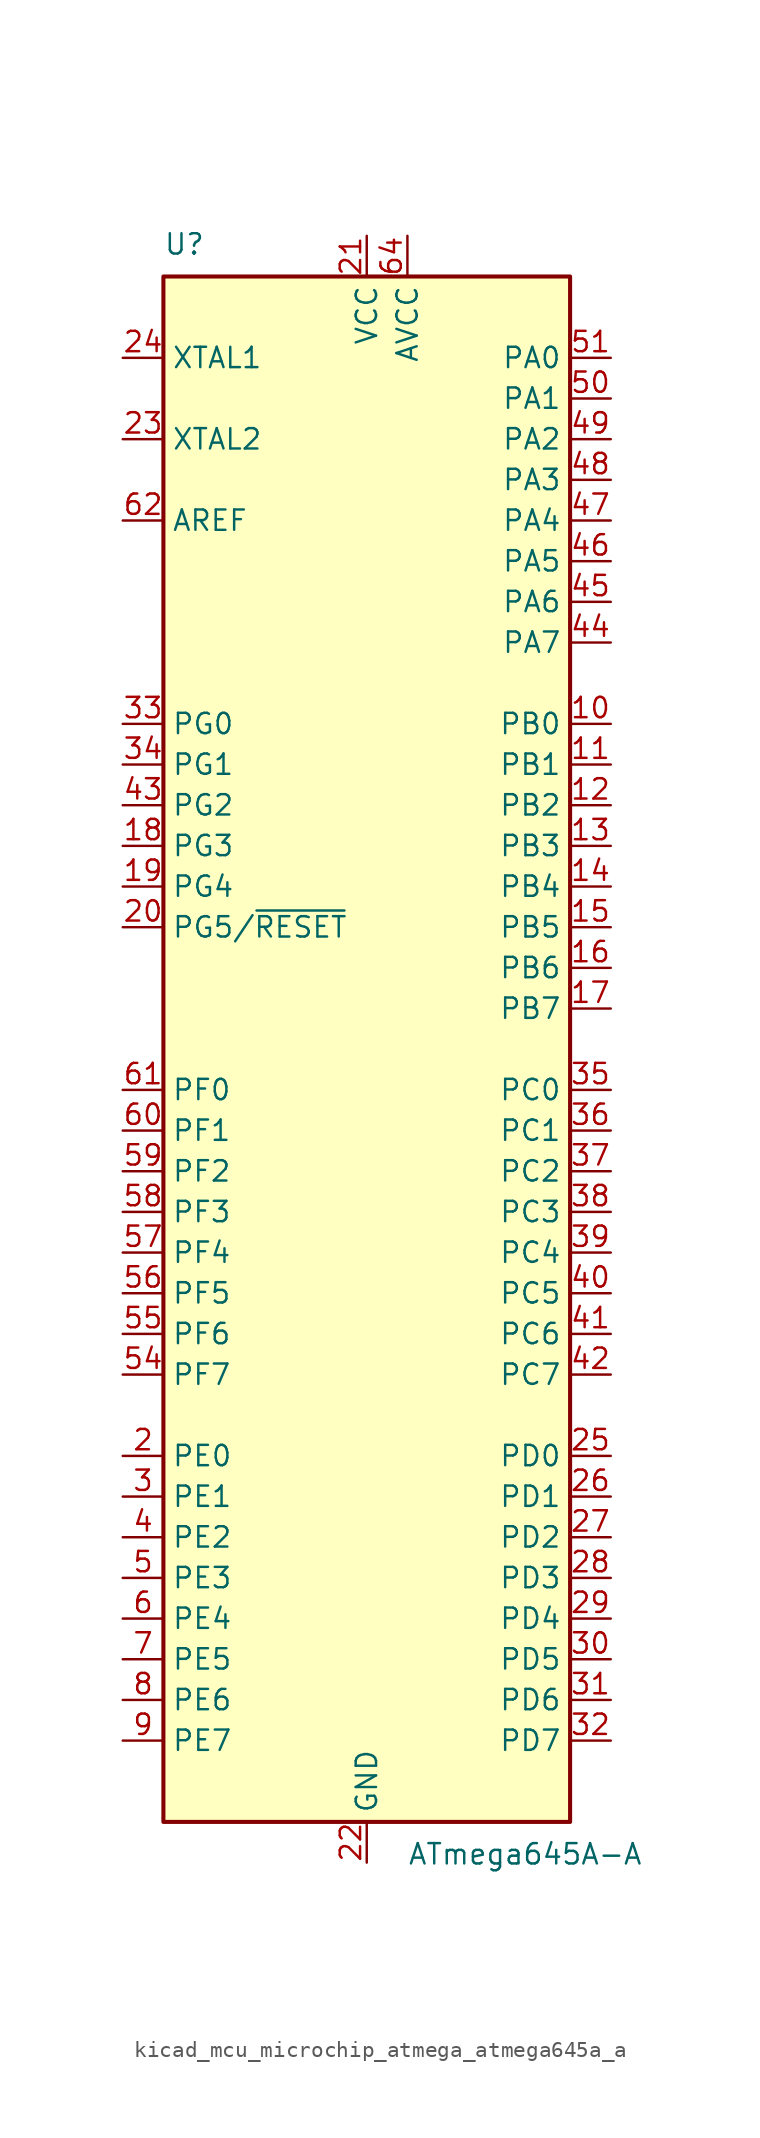
<source format=kicad_sym>
(kicad_symbol_lib
  (version 20220914)
  (generator kicad_symbol_editor)
  (symbol "kicad_mcu_microchip_atmega_atmega645a_a"
    (property "Reference" "U"
      (at -12.7 49.53 0)
      (effects (font (size 1.27 1.27)) (justify left bottom)))
    (property "Value" "ATmega645A-A"
      (at 2.54 -49.53 0)
      (effects (font (size 1.27 1.27)) (justify left top)))
    (symbol "kicad_mcu_microchip_atmega_atmega645a_a_0_1"
      (rectangle (start -12.7 -48.26) (end 12.7 48.26) (stroke (width 0.254) (type default)) (fill (type background))))
    (symbol "kicad_mcu_microchip_atmega_atmega645a_a_1_1"
      (pin no_connect line (at -12.7 -45.72 0) (length 2.54) hide (name "NC" (effects (font (size 1.27 1.27)))) (number "1" (effects (font (size 1.27 1.27)))))
      (pin bidirectional line (at 15.24 20.32 180) (length 2.54) (name "PB0" (effects (font (size 1.27 1.27)))) (number "10" (effects (font (size 1.27 1.27)))))
      (pin bidirectional line (at 15.24 17.78 180) (length 2.54) (name "PB1" (effects (font (size 1.27 1.27)))) (number "11" (effects (font (size 1.27 1.27)))))
      (pin bidirectional line (at 15.24 15.24 180) (length 2.54) (name "PB2" (effects (font (size 1.27 1.27)))) (number "12" (effects (font (size 1.27 1.27)))))
      (pin bidirectional line (at 15.24 12.7 180) (length 2.54) (name "PB3" (effects (font (size 1.27 1.27)))) (number "13" (effects (font (size 1.27 1.27)))))
      (pin bidirectional line (at 15.24 10.16 180) (length 2.54) (name "PB4" (effects (font (size 1.27 1.27)))) (number "14" (effects (font (size 1.27 1.27)))))
      (pin bidirectional line (at 15.24 7.62 180) (length 2.54) (name "PB5" (effects (font (size 1.27 1.27)))) (number "15" (effects (font (size 1.27 1.27)))))
      (pin bidirectional line (at 15.24 5.08 180) (length 2.54) (name "PB6" (effects (font (size 1.27 1.27)))) (number "16" (effects (font (size 1.27 1.27)))))
      (pin bidirectional line (at 15.24 2.54 180) (length 2.54) (name "PB7" (effects (font (size 1.27 1.27)))) (number "17" (effects (font (size 1.27 1.27)))))
      (pin bidirectional line (at -15.24 12.7 0) (length 2.54) (name "PG3" (effects (font (size 1.27 1.27)))) (number "18" (effects (font (size 1.27 1.27)))))
      (pin bidirectional line (at -15.24 10.16 0) (length 2.54) (name "PG4" (effects (font (size 1.27 1.27)))) (number "19" (effects (font (size 1.27 1.27)))))
      (pin bidirectional line (at -15.24 -25.4 0) (length 2.54) (name "PE0" (effects (font (size 1.27 1.27)))) (number "2" (effects (font (size 1.27 1.27)))))
      (pin bidirectional line (at -15.24 7.62 0) (length 2.54) (name "PG5/~{RESET}" (effects (font (size 1.27 1.27)))) (number "20" (effects (font (size 1.27 1.27)))))
      (pin power_in line (at 0 50.8 270) (length 2.54) (name "VCC" (effects (font (size 1.27 1.27)))) (number "21" (effects (font (size 1.27 1.27)))))
      (pin power_in line (at 0 -50.8 90) (length 2.54) (name "GND" (effects (font (size 1.27 1.27)))) (number "22" (effects (font (size 1.27 1.27)))))
      (pin output line (at -15.24 38.1 0) (length 2.54) (name "XTAL2" (effects (font (size 1.27 1.27)))) (number "23" (effects (font (size 1.27 1.27)))))
      (pin input line (at -15.24 43.18 0) (length 2.54) (name "XTAL1" (effects (font (size 1.27 1.27)))) (number "24" (effects (font (size 1.27 1.27)))))
      (pin bidirectional line (at 15.24 -25.4 180) (length 2.54) (name "PD0" (effects (font (size 1.27 1.27)))) (number "25" (effects (font (size 1.27 1.27)))))
      (pin bidirectional line (at 15.24 -27.94 180) (length 2.54) (name "PD1" (effects (font (size 1.27 1.27)))) (number "26" (effects (font (size 1.27 1.27)))))
      (pin bidirectional line (at 15.24 -30.48 180) (length 2.54) (name "PD2" (effects (font (size 1.27 1.27)))) (number "27" (effects (font (size 1.27 1.27)))))
      (pin bidirectional line (at 15.24 -33.02 180) (length 2.54) (name "PD3" (effects (font (size 1.27 1.27)))) (number "28" (effects (font (size 1.27 1.27)))))
      (pin bidirectional line (at 15.24 -35.56 180) (length 2.54) (name "PD4" (effects (font (size 1.27 1.27)))) (number "29" (effects (font (size 1.27 1.27)))))
      (pin bidirectional line (at -15.24 -27.94 0) (length 2.54) (name "PE1" (effects (font (size 1.27 1.27)))) (number "3" (effects (font (size 1.27 1.27)))))
      (pin bidirectional line (at 15.24 -38.1 180) (length 2.54) (name "PD5" (effects (font (size 1.27 1.27)))) (number "30" (effects (font (size 1.27 1.27)))))
      (pin bidirectional line (at 15.24 -40.64 180) (length 2.54) (name "PD6" (effects (font (size 1.27 1.27)))) (number "31" (effects (font (size 1.27 1.27)))))
      (pin bidirectional line (at 15.24 -43.18 180) (length 2.54) (name "PD7" (effects (font (size 1.27 1.27)))) (number "32" (effects (font (size 1.27 1.27)))))
      (pin bidirectional line (at -15.24 20.32 0) (length 2.54) (name "PG0" (effects (font (size 1.27 1.27)))) (number "33" (effects (font (size 1.27 1.27)))))
      (pin bidirectional line (at -15.24 17.78 0) (length 2.54) (name "PG1" (effects (font (size 1.27 1.27)))) (number "34" (effects (font (size 1.27 1.27)))))
      (pin bidirectional line (at 15.24 -2.54 180) (length 2.54) (name "PC0" (effects (font (size 1.27 1.27)))) (number "35" (effects (font (size 1.27 1.27)))))
      (pin bidirectional line (at 15.24 -5.08 180) (length 2.54) (name "PC1" (effects (font (size 1.27 1.27)))) (number "36" (effects (font (size 1.27 1.27)))))
      (pin bidirectional line (at 15.24 -7.62 180) (length 2.54) (name "PC2" (effects (font (size 1.27 1.27)))) (number "37" (effects (font (size 1.27 1.27)))))
      (pin bidirectional line (at 15.24 -10.16 180) (length 2.54) (name "PC3" (effects (font (size 1.27 1.27)))) (number "38" (effects (font (size 1.27 1.27)))))
      (pin bidirectional line (at 15.24 -12.7 180) (length 2.54) (name "PC4" (effects (font (size 1.27 1.27)))) (number "39" (effects (font (size 1.27 1.27)))))
      (pin bidirectional line (at -15.24 -30.48 0) (length 2.54) (name "PE2" (effects (font (size 1.27 1.27)))) (number "4" (effects (font (size 1.27 1.27)))))
      (pin bidirectional line (at 15.24 -15.24 180) (length 2.54) (name "PC5" (effects (font (size 1.27 1.27)))) (number "40" (effects (font (size 1.27 1.27)))))
      (pin bidirectional line (at 15.24 -17.78 180) (length 2.54) (name "PC6" (effects (font (size 1.27 1.27)))) (number "41" (effects (font (size 1.27 1.27)))))
      (pin bidirectional line (at 15.24 -20.32 180) (length 2.54) (name "PC7" (effects (font (size 1.27 1.27)))) (number "42" (effects (font (size 1.27 1.27)))))
      (pin bidirectional line (at -15.24 15.24 0) (length 2.54) (name "PG2" (effects (font (size 1.27 1.27)))) (number "43" (effects (font (size 1.27 1.27)))))
      (pin bidirectional line (at 15.24 25.4 180) (length 2.54) (name "PA7" (effects (font (size 1.27 1.27)))) (number "44" (effects (font (size 1.27 1.27)))))
      (pin bidirectional line (at 15.24 27.94 180) (length 2.54) (name "PA6" (effects (font (size 1.27 1.27)))) (number "45" (effects (font (size 1.27 1.27)))))
      (pin bidirectional line (at 15.24 30.48 180) (length 2.54) (name "PA5" (effects (font (size 1.27 1.27)))) (number "46" (effects (font (size 1.27 1.27)))))
      (pin bidirectional line (at 15.24 33.02 180) (length 2.54) (name "PA4" (effects (font (size 1.27 1.27)))) (number "47" (effects (font (size 1.27 1.27)))))
      (pin bidirectional line (at 15.24 35.56 180) (length 2.54) (name "PA3" (effects (font (size 1.27 1.27)))) (number "48" (effects (font (size 1.27 1.27)))))
      (pin bidirectional line (at 15.24 38.1 180) (length 2.54) (name "PA2" (effects (font (size 1.27 1.27)))) (number "49" (effects (font (size 1.27 1.27)))))
      (pin bidirectional line (at -15.24 -33.02 0) (length 2.54) (name "PE3" (effects (font (size 1.27 1.27)))) (number "5" (effects (font (size 1.27 1.27)))))
      (pin bidirectional line (at 15.24 40.64 180) (length 2.54) (name "PA1" (effects (font (size 1.27 1.27)))) (number "50" (effects (font (size 1.27 1.27)))))
      (pin bidirectional line (at 15.24 43.18 180) (length 2.54) (name "PA0" (effects (font (size 1.27 1.27)))) (number "51" (effects (font (size 1.27 1.27)))))
      (pin passive line (at 0 50.8 270) (length 2.54) hide (name "VCC" (effects (font (size 1.27 1.27)))) (number "52" (effects (font (size 1.27 1.27)))))
      (pin passive line (at 0 -50.8 90) (length 2.54) hide (name "GND" (effects (font (size 1.27 1.27)))) (number "53" (effects (font (size 1.27 1.27)))))
      (pin bidirectional line (at -15.24 -20.32 0) (length 2.54) (name "PF7" (effects (font (size 1.27 1.27)))) (number "54" (effects (font (size 1.27 1.27)))))
      (pin bidirectional line (at -15.24 -17.78 0) (length 2.54) (name "PF6" (effects (font (size 1.27 1.27)))) (number "55" (effects (font (size 1.27 1.27)))))
      (pin bidirectional line (at -15.24 -15.24 0) (length 2.54) (name "PF5" (effects (font (size 1.27 1.27)))) (number "56" (effects (font (size 1.27 1.27)))))
      (pin bidirectional line (at -15.24 -12.7 0) (length 2.54) (name "PF4" (effects (font (size 1.27 1.27)))) (number "57" (effects (font (size 1.27 1.27)))))
      (pin bidirectional line (at -15.24 -10.16 0) (length 2.54) (name "PF3" (effects (font (size 1.27 1.27)))) (number "58" (effects (font (size 1.27 1.27)))))
      (pin bidirectional line (at -15.24 -7.62 0) (length 2.54) (name "PF2" (effects (font (size 1.27 1.27)))) (number "59" (effects (font (size 1.27 1.27)))))
      (pin bidirectional line (at -15.24 -35.56 0) (length 2.54) (name "PE4" (effects (font (size 1.27 1.27)))) (number "6" (effects (font (size 1.27 1.27)))))
      (pin bidirectional line (at -15.24 -5.08 0) (length 2.54) (name "PF1" (effects (font (size 1.27 1.27)))) (number "60" (effects (font (size 1.27 1.27)))))
      (pin bidirectional line (at -15.24 -2.54 0) (length 2.54) (name "PF0" (effects (font (size 1.27 1.27)))) (number "61" (effects (font (size 1.27 1.27)))))
      (pin passive line (at -15.24 33.02 0) (length 2.54) (name "AREF" (effects (font (size 1.27 1.27)))) (number "62" (effects (font (size 1.27 1.27)))))
      (pin passive line (at 0 -50.8 90) (length 2.54) hide (name "GND" (effects (font (size 1.27 1.27)))) (number "63" (effects (font (size 1.27 1.27)))))
      (pin power_in line (at 2.54 50.8 270) (length 2.54) (name "AVCC" (effects (font (size 1.27 1.27)))) (number "64" (effects (font (size 1.27 1.27)))))
      (pin bidirectional line (at -15.24 -38.1 0) (length 2.54) (name "PE5" (effects (font (size 1.27 1.27)))) (number "7" (effects (font (size 1.27 1.27)))))
      (pin bidirectional line (at -15.24 -40.64 0) (length 2.54) (name "PE6" (effects (font (size 1.27 1.27)))) (number "8" (effects (font (size 1.27 1.27)))))
      (pin bidirectional line (at -15.24 -43.18 0) (length 2.54) (name "PE7" (effects (font (size 1.27 1.27)))) (number "9" (effects (font (size 1.27 1.27))))))))
</source>
